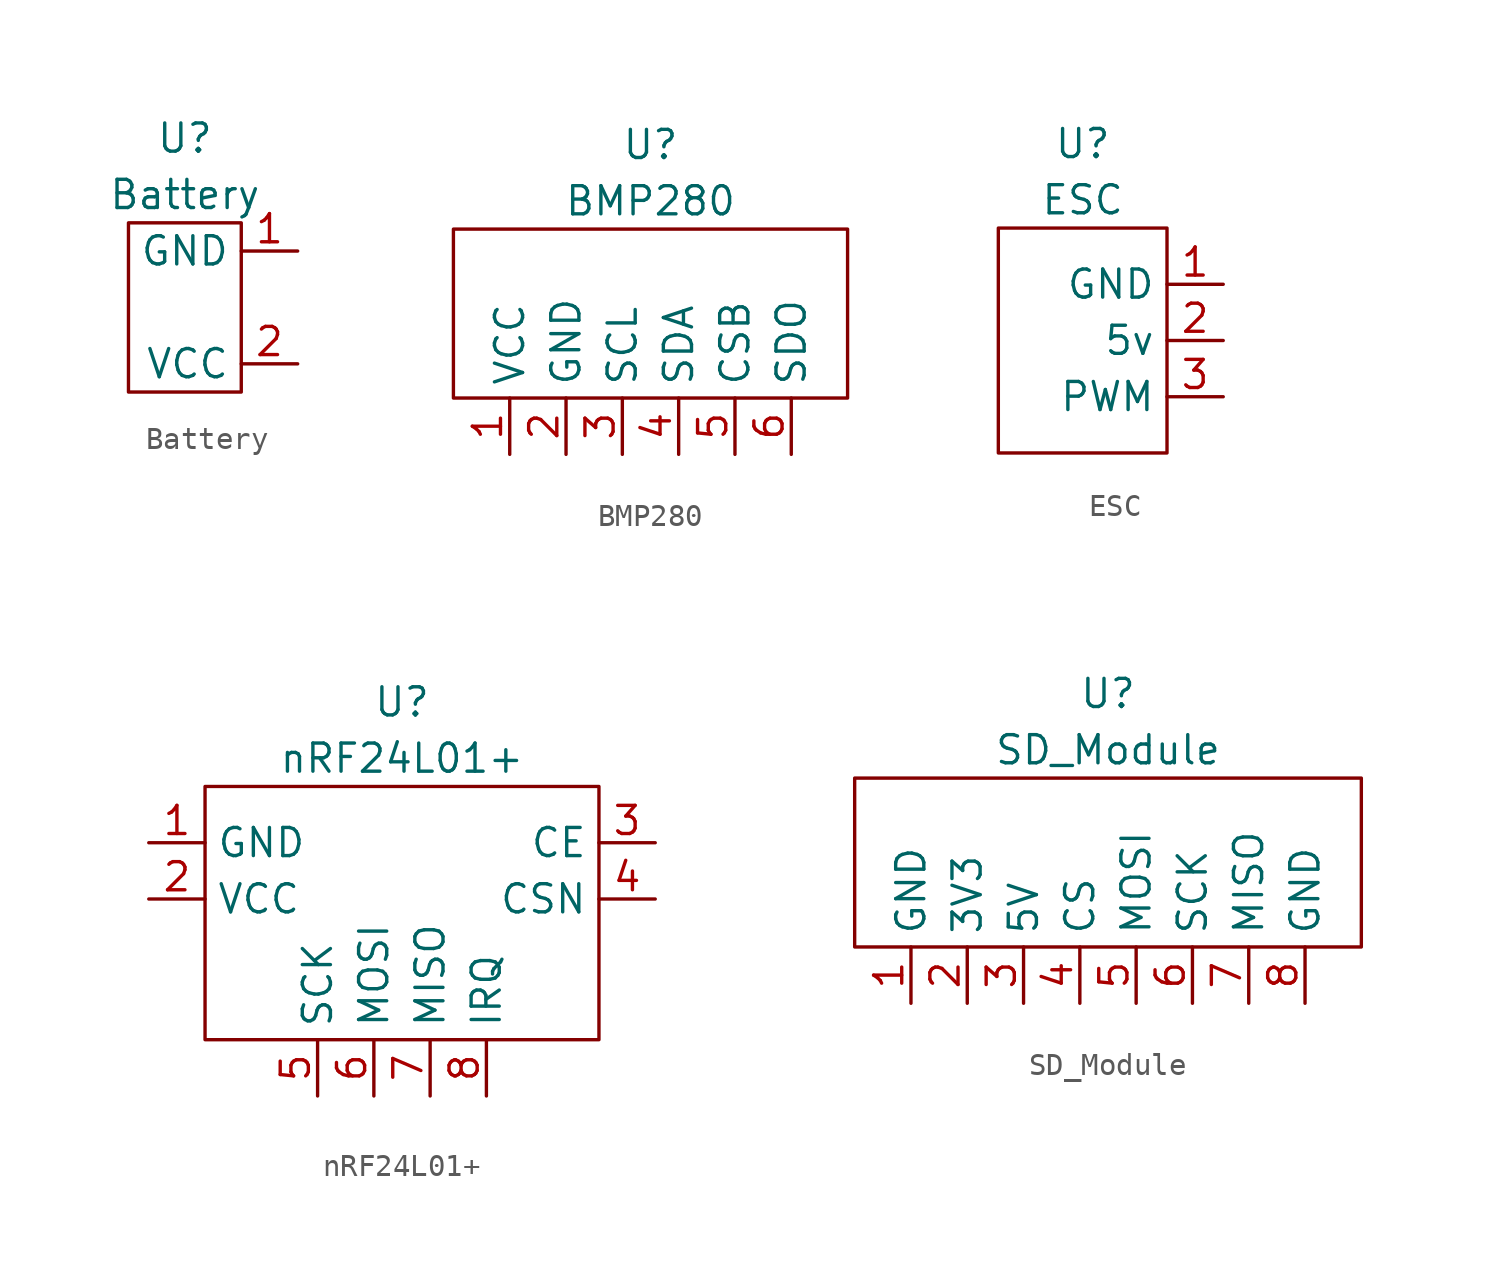
<source format=kicad_sym>
(kicad_symbol_lib
  (version 20241209)
  (generator "kicad_symbol_editor")
  (generator_version "9.0")
  (symbol "Battery"
    (property "Reference" "U"
      (at 0 7.62 0)
      (effects (font (size 1.27 1.27))))
    (property "Value" "Battery"
      (at 0 5.08 0)
      (effects (font (size 1.27 1.27))))
    (symbol "Battery_0_1"
      (rectangle (start -2.54 3.81) (end 2.54 -3.81) (stroke (width 0) (type default)) (fill (type none))))
    (symbol "Battery_1_1"
      (pin bidirectional line (at 5.08 2.54 180) (length 2.54) (name "GND" (effects (font (size 1.27 1.27)))) (number "1" (effects (font (size 1.27 1.27)))))
      (pin bidirectional line (at 5.08 -2.54 180) (length 2.54) (name "VCC" (effects (font (size 1.27 1.27)))) (number "2" (effects (font (size 1.27 1.27)))))))
  (symbol "BMP280"
    (property "Reference" "U"
      (at 0 7.62 0)
      (effects (font (size 1.27 1.27))))
    (property "Value" "BMP280"
      (at 0 5.08 0)
      (effects (font (size 1.27 1.27))))
    (symbol "BMP280_0_1"
      (rectangle (start -8.89 3.81) (end 8.89 -3.81) (stroke (width 0) (type default)) (fill (type none))))
    (symbol "BMP280_1_1"
      (pin bidirectional line (at -6.35 -6.35 90) (length 2.54) (name "VCC" (effects (font (size 1.27 1.27)))) (number "1" (effects (font (size 1.27 1.27)))))
      (pin bidirectional line (at -3.81 -6.35 90) (length 2.54) (name "GND" (effects (font (size 1.27 1.27)))) (number "2" (effects (font (size 1.27 1.27)))))
      (pin bidirectional line (at -1.27 -6.35 90) (length 2.54) (name "SCL" (effects (font (size 1.27 1.27)))) (number "3" (effects (font (size 1.27 1.27)))))
      (pin bidirectional line (at 1.27 -6.35 90) (length 2.54) (name "SDA" (effects (font (size 1.27 1.27)))) (number "4" (effects (font (size 1.27 1.27)))))
      (pin bidirectional line (at 3.81 -6.35 90) (length 2.54) (name "CSB" (effects (font (size 1.27 1.27)))) (number "5" (effects (font (size 1.27 1.27)))))
      (pin bidirectional line (at 6.35 -6.35 90) (length 2.54) (name "SDO" (effects (font (size 1.27 1.27)))) (number "6" (effects (font (size 1.27 1.27)))))))
  (symbol "ESC"
    (property "Reference" "U"
      (at 0 8.89 0)
      (effects (font (size 1.27 1.27))))
    (property "Value" "ESC"
      (at 0 6.35 0)
      (effects (font (size 1.27 1.27))))
    (symbol "ESC_0_1"
      (rectangle (start -3.81 5.08) (end 3.81 -5.08) (stroke (width 0) (type default)) (fill (type none))))
    (symbol "ESC_1_1"
      (pin bidirectional line (at 6.35 2.54 180) (length 2.54) (name "GND" (effects (font (size 1.27 1.27)))) (number "1" (effects (font (size 1.27 1.27)))))
      (pin bidirectional line (at 6.35 0 180) (length 2.54) (name "5v" (effects (font (size 1.27 1.27)))) (number "2" (effects (font (size 1.27 1.27)))))
      (pin bidirectional line (at 6.35 -2.54 180) (length 2.54) (name "PWM" (effects (font (size 1.27 1.27)))) (number "3" (effects (font (size 1.27 1.27)))))))
  (symbol "nRF24L01+"
    (property "Reference" "U"
      (at 0 8.89 0)
      (effects (font (size 1.27 1.27))))
    (property "Value" "nRF24L01+"
      (at 0 6.35 0)
      (effects (font (size 1.27 1.27))))
    (symbol "nRF24L01+_0_1"
      (rectangle (start -8.89 5.08) (end 8.89 -6.35) (stroke (width 0) (type default)) (fill (type none))))
    (symbol "nRF24L01+_1_1"
      (pin bidirectional line (at -11.43 2.54 0) (length 2.54) (name "GND" (effects (font (size 1.27 1.27)))) (number "1" (effects (font (size 1.27 1.27)))))
      (pin bidirectional line (at -11.43 0 0) (length 2.54) (name "VCC" (effects (font (size 1.27 1.27)))) (number "2" (effects (font (size 1.27 1.27)))))
      (pin bidirectional line (at -3.81 -8.89 90) (length 2.54) (name "SCK" (effects (font (size 1.27 1.27)))) (number "5" (effects (font (size 1.27 1.27)))))
      (pin bidirectional line (at -1.27 -8.89 90) (length 2.54) (name "MOSI" (effects (font (size 1.27 1.27)))) (number "6" (effects (font (size 1.27 1.27)))))
      (pin bidirectional line (at 1.27 -8.89 90) (length 2.54) (name "MISO" (effects (font (size 1.27 1.27)))) (number "7" (effects (font (size 1.27 1.27)))))
      (pin bidirectional line (at 3.81 -8.89 90) (length 2.54) (name "IRQ" (effects (font (size 1.27 1.27)))) (number "8" (effects (font (size 1.27 1.27)))))
      (pin bidirectional line (at 11.43 2.54 180) (length 2.54) (name "CE" (effects (font (size 1.27 1.27)))) (number "3" (effects (font (size 1.27 1.27)))))
      (pin bidirectional line (at 11.43 0 180) (length 2.54) (name "CSN" (effects (font (size 1.27 1.27)))) (number "4" (effects (font (size 1.27 1.27)))))))
  (symbol "SD_Module"
    (property "Reference" "U"
      (at 0 7.62 0)
      (effects (font (size 1.27 1.27))))
    (property "Value" "SD_Module"
      (at 0 5.08 0)
      (effects (font (size 1.27 1.27))))
    (symbol "SD_Module_0_1"
      (rectangle (start -11.43 3.81) (end 11.43 -3.81) (stroke (width 0) (type default)) (fill (type none))))
    (symbol "SD_Module_1_1"
      (pin bidirectional line (at -8.89 -6.35 90) (length 2.54) (name "GND" (effects (font (size 1.27 1.27)))) (number "1" (effects (font (size 1.27 1.27)))))
      (pin bidirectional line (at -6.35 -6.35 90) (length 2.54) (name "3V3" (effects (font (size 1.27 1.27)))) (number "2" (effects (font (size 1.27 1.27)))))
      (pin bidirectional line (at -3.81 -6.35 90) (length 2.54) (name "5V" (effects (font (size 1.27 1.27)))) (number "3" (effects (font (size 1.27 1.27)))))
      (pin bidirectional line (at -1.27 -6.35 90) (length 2.54) (name "CS" (effects (font (size 1.27 1.27)))) (number "4" (effects (font (size 1.27 1.27)))))
      (pin bidirectional line (at 1.27 -6.35 90) (length 2.54) (name "MOSI" (effects (font (size 1.27 1.27)))) (number "5" (effects (font (size 1.27 1.27)))))
      (pin bidirectional line (at 3.81 -6.35 90) (length 2.54) (name "SCK" (effects (font (size 1.27 1.27)))) (number "6" (effects (font (size 1.27 1.27)))))
      (pin bidirectional line (at 6.35 -6.35 90) (length 2.54) (name "MISO" (effects (font (size 1.27 1.27)))) (number "7" (effects (font (size 1.27 1.27)))))
      (pin bidirectional line (at 8.89 -6.35 90) (length 2.54) (name "GND" (effects (font (size 1.27 1.27)))) (number "8" (effects (font (size 1.27 1.27))))))))
</source>
